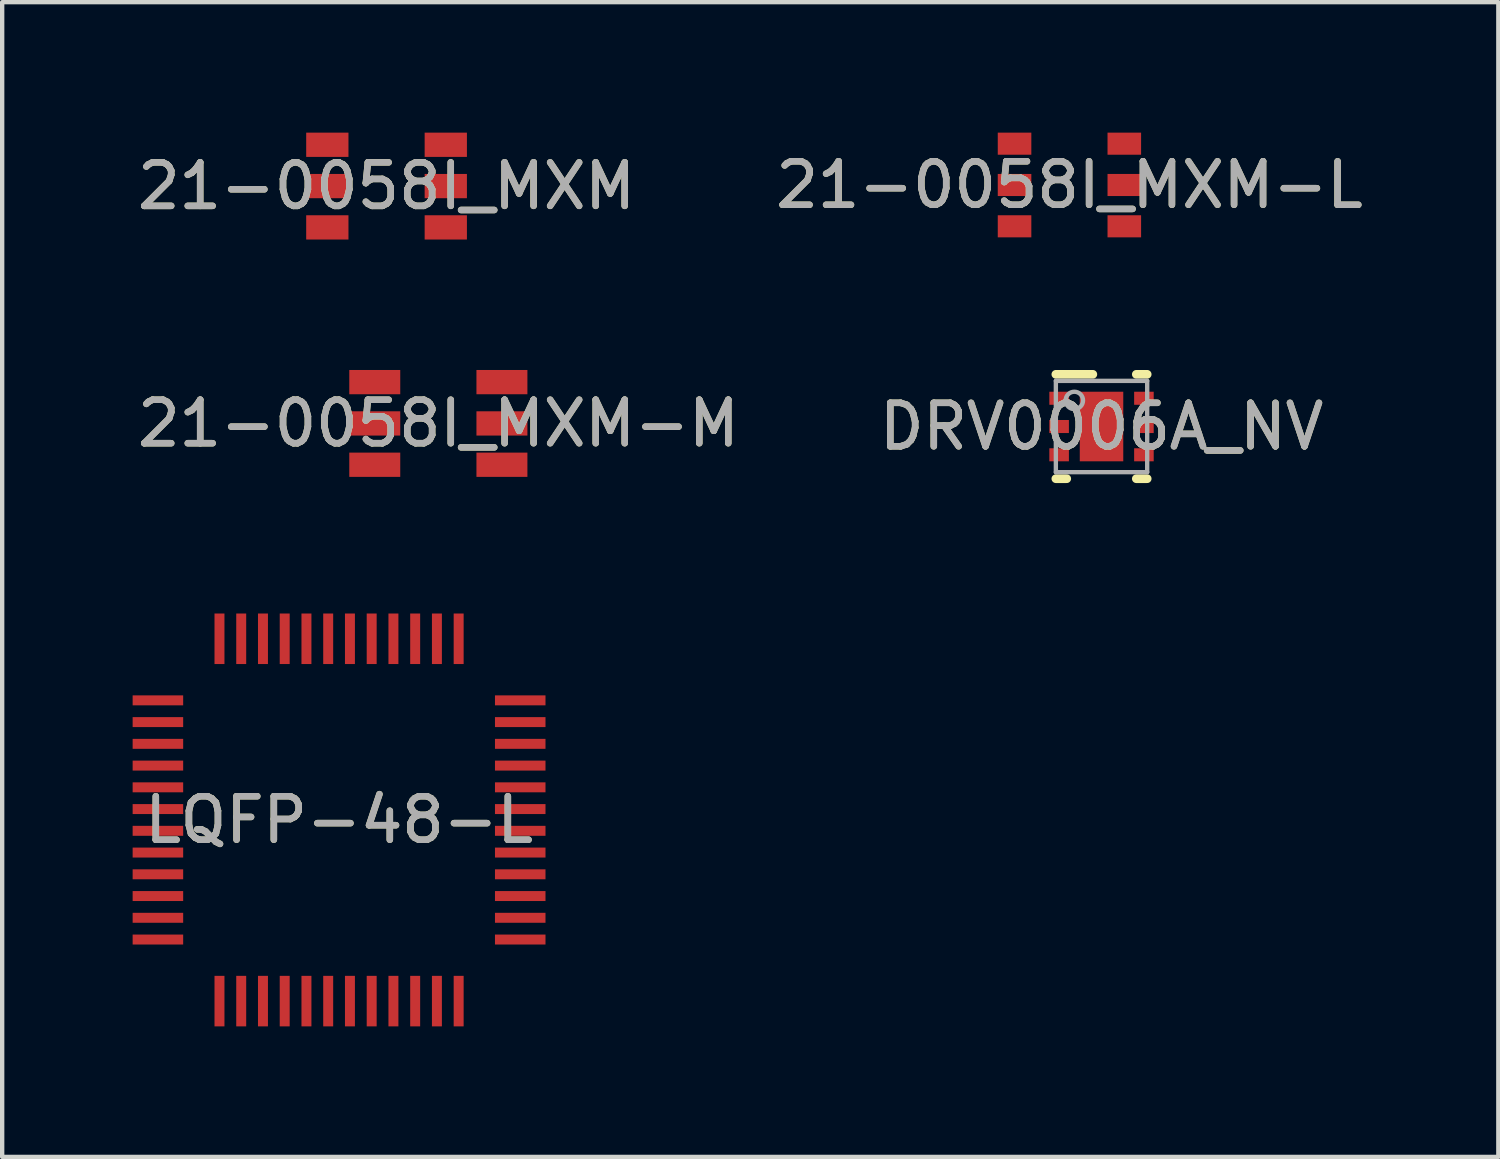
<source format=kicad_pcb>
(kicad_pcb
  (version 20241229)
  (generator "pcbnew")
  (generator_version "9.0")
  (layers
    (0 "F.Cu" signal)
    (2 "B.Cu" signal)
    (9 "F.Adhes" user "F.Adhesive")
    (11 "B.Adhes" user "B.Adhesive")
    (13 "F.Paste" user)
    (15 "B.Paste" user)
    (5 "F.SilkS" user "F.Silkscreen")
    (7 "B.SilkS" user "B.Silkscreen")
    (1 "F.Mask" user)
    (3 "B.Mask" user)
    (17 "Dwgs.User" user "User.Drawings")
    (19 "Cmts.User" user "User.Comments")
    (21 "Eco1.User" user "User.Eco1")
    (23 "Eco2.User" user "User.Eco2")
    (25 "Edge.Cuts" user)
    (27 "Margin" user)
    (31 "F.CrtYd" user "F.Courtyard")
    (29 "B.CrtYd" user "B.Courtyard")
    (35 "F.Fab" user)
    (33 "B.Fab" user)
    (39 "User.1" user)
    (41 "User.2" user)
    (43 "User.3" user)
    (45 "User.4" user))
  (footprint "DRV0006A_NV"
    (layer "F.Cu")
    (at 22.28 6.758)
    (property "Reference" "DRV0006A_NV" (at 0 0 0) (unlocked yes) (layer "F.SilkS") (effects (font (size 1 1) (thickness 0.15))))
    (attr smd)
    (fp_line (start -1.05 -1.2) (end -0.2 -1.2) (stroke (width 0.2) (type solid)) (layer "F.SilkS"))
    (fp_line (start -1.05 1.2) (end -0.8 1.2) (stroke (width 0.2) (type solid)) (layer "F.SilkS"))
    (fp_line (start 0.8 -1.2) (end 1.05 -1.2) (stroke (width 0.2) (type solid)) (layer "F.SilkS"))
    (fp_line (start 0.8 1.2) (end 1.05 1.2) (stroke (width 0.2) (type solid)) (layer "F.SilkS"))
    (fp_poly (pts (xy -0.5 -0.149) (xy -0.5 -0.751) (xy -0.499 -0.761) (xy -0.496 -0.77) (xy -0.492 -0.778) (xy -0.486 -0.786) (xy -0.478 -0.792) (xy -0.47 -0.796) (xy -0.461 -0.799) (xy -0.451 -0.8) (xy 0.451 -0.8) (xy 0.461 -0.799) (xy 0.47 -0.796) (xy 0.478 -0.792) (xy 0.486 -0.786) (xy 0.492 -0.778) (xy 0.496 -0.77) (xy 0.499 -0.761) (xy 0.5 -0.751) (xy 0.5 -0.149) (xy 0.499 -0.139) (xy 0.496 -0.13) (xy 0.492 -0.122) (xy 0.486 -0.114) (xy 0.478 -0.108) (xy 0.47 -0.104) (xy 0.461 -0.101) (xy 0.451 -0.1) (xy -0.451 -0.1) (xy -0.461 -0.101) (xy -0.47 -0.104) (xy -0.478 -0.108) (xy -0.486 -0.114) (xy -0.492 -0.122) (xy -0.496 -0.13) (xy -0.499 -0.139)) (stroke (width 0) (type solid)) (fill yes) (layer "F.Paste"))
    (fp_poly (pts (xy -0.5 0.751) (xy -0.5 0.149) (xy -0.499 0.139) (xy -0.496 0.13) (xy -0.492 0.122) (xy -0.486 0.114) (xy -0.478 0.108) (xy -0.47 0.104) (xy -0.461 0.101) (xy -0.451 0.1) (xy 0.451 0.1) (xy 0.461 0.101) (xy 0.47 0.104) (xy 0.478 0.108) (xy 0.486 0.114) (xy 0.492 0.122) (xy 0.496 0.13) (xy 0.499 0.139) (xy 0.5 0.149) (xy 0.5 0.751) (xy 0.499 0.761) (xy 0.496 0.77) (xy 0.492 0.778) (xy 0.486 0.786) (xy 0.478 0.792) (xy 0.47 0.796) (xy 0.461 0.799) (xy 0.451 0.8) (xy -0.451 0.8) (xy -0.461 0.799) (xy -0.47 0.796) (xy -0.478 0.792) (xy -0.486 0.786) (xy -0.492 0.778) (xy -0.496 0.77) (xy -0.499 0.761)) (stroke (width 0) (type solid)) (fill yes) (layer "F.Paste"))
    (fp_line (start -1.05 -1.05) (end 1.05 -1.05) (stroke (width 0.1) (type solid)) (layer "F.Fab"))
    (fp_line (start -1.05 1.05) (end -1.05 -1.05) (stroke (width 0.1) (type solid)) (layer "F.Fab"))
    (fp_line (start -1.05 1.05) (end 1.05 1.05) (stroke (width 0.1) (type solid)) (layer "F.Fab"))
    (fp_line (start 1.05 1.05) (end 1.05 -1.05) (stroke (width 0.1) (type solid)) (layer "F.Fab"))
    (fp_circle (center -0.625 -0.6) (end -0.425 -0.6) (stroke (width 0.1) (type solid)) (fill no) (layer "F.Fab"))
    (fp_text user "${REFERENCE}" (at 0 0 0) (unlocked yes) (layer "F.Fab") (effects (font (size 1 1) (thickness 0.15))))
    (pad "1" smd rect (at -0.975 -0.65 90) (size 0.3 0.45) (layers "F.Cu" "F.Mask" "F.Paste"))
    (pad "2" smd rect (at -0.975 0 90) (size 0.3 0.45) (layers "F.Cu" "F.Mask" "F.Paste"))
    (pad "3" smd rect (at -0.975 0.65 90) (size 0.3 0.45) (layers "F.Cu" "F.Mask" "F.Paste"))
    (pad "4" smd rect (at 0.975 0.65 90) (size 0.3 0.45) (layers "F.Cu" "F.Mask" "F.Paste"))
    (pad "5" smd rect (at 0.975 0 90) (size 0.3 0.45) (layers "F.Cu" "F.Mask" "F.Paste"))
    (pad "6" smd rect (at 0.975 -0.65 90) (size 0.3 0.45) (layers "F.Cu" "F.Mask" "F.Paste"))
    (pad "7" smd rect (at 0 0) (size 1 1.6) (layers "F.Cu" "F.Mask" "F.Paste")))
  (footprint "21-0058I_MXM-M"
    (layer "F.Cu")
    (at 7.03 6.687)
    (property "Reference" "21-0058I_MXM-M" (at 0 0 0) (unlocked yes) (layer "F.SilkS") (effects (font (size 1 1) (thickness 0.15))))
    (attr smd)
    (fp_text user "${REFERENCE}" (at 0 0 0) (unlocked yes) (layer "F.Fab") (effects (font (size 1 1) (thickness 0.15))))
    (pad "1" smd rect (at -1.462 -0.95) (size 1.172 0.558) (layers "F.Cu" "F.Mask" "F.Paste"))
    (pad "2" smd rect (at -1.462 0) (size 1.172 0.558) (layers "F.Cu" "F.Mask" "F.Paste"))
    (pad "3" smd rect (at -1.462 0.95) (size 1.172 0.558) (layers "F.Cu" "F.Mask" "F.Paste"))
    (pad "4" smd rect (at 1.462 0.95) (size 1.172 0.558) (layers "F.Cu" "F.Mask" "F.Paste"))
    (pad "5" smd rect (at 1.462 0) (size 1.172 0.558) (layers "F.Cu" "F.Mask" "F.Paste"))
    (pad "6" smd rect (at 1.462 -0.95) (size 1.172 0.558) (layers "F.Cu" "F.Mask" "F.Paste")))
  (footprint "LQFP-48-L"
    (layer "F.Cu")
    (at 4.747 15.805)
    (property "Reference" "LQFP-48-L" (at 0 0 0) (unlocked yes) (layer "F.SilkS") (effects (font (size 1 1) (thickness 0.15))))
    (attr smd)
    (fp_text user "${REFERENCE}" (at 0 0 0) (unlocked yes) (layer "F.Fab") (effects (font (size 1 1) (thickness 0.15))))
    (pad "1" smd rect (at -4.166 -2.75 90) (size 0.229 1.162) (layers "F.Cu" "F.Mask" "F.Paste"))
    (pad "2" smd rect (at -4.166 -2.25 90) (size 0.229 1.162) (layers "F.Cu" "F.Mask" "F.Paste"))
    (pad "3" smd rect (at -4.166 -1.75 90) (size 0.229 1.162) (layers "F.Cu" "F.Mask" "F.Paste"))
    (pad "4" smd rect (at -4.166 -1.25 90) (size 0.229 1.162) (layers "F.Cu" "F.Mask" "F.Paste"))
    (pad "5" smd rect (at -4.166 -0.75 90) (size 0.229 1.162) (layers "F.Cu" "F.Mask" "F.Paste"))
    (pad "6" smd rect (at -4.166 -0.25 90) (size 0.229 1.162) (layers "F.Cu" "F.Mask" "F.Paste"))
    (pad "7" smd rect (at -4.166 0.25 90) (size 0.229 1.162) (layers "F.Cu" "F.Mask" "F.Paste"))
    (pad "8" smd rect (at -4.166 0.75 90) (size 0.229 1.162) (layers "F.Cu" "F.Mask" "F.Paste"))
    (pad "9" smd rect (at -4.166 1.25 90) (size 0.229 1.162) (layers "F.Cu" "F.Mask" "F.Paste"))
    (pad "10" smd rect (at -4.166 1.75 90) (size 0.229 1.162) (layers "F.Cu" "F.Mask" "F.Paste"))
    (pad "11" smd rect (at -4.166 2.25 90) (size 0.229 1.162) (layers "F.Cu" "F.Mask" "F.Paste"))
    (pad "12" smd rect (at -4.166 2.75 90) (size 0.229 1.162) (layers "F.Cu" "F.Mask" "F.Paste"))
    (pad "13" smd rect (at -2.75 4.166) (size 0.229 1.162) (layers "F.Cu" "F.Mask" "F.Paste"))
    (pad "14" smd rect (at -2.25 4.166) (size 0.229 1.162) (layers "F.Cu" "F.Mask" "F.Paste"))
    (pad "15" smd rect (at -1.75 4.166) (size 0.229 1.162) (layers "F.Cu" "F.Mask" "F.Paste"))
    (pad "16" smd rect (at -1.25 4.166) (size 0.229 1.162) (layers "F.Cu" "F.Mask" "F.Paste"))
    (pad "17" smd rect (at -0.75 4.166) (size 0.229 1.162) (layers "F.Cu" "F.Mask" "F.Paste"))
    (pad "18" smd rect (at -0.25 4.166) (size 0.229 1.162) (layers "F.Cu" "F.Mask" "F.Paste"))
    (pad "19" smd rect (at 0.25 4.166) (size 0.229 1.162) (layers "F.Cu" "F.Mask" "F.Paste"))
    (pad "20" smd rect (at 0.75 4.166) (size 0.229 1.162) (layers "F.Cu" "F.Mask" "F.Paste"))
    (pad "21" smd rect (at 1.25 4.166) (size 0.229 1.162) (layers "F.Cu" "F.Mask" "F.Paste"))
    (pad "22" smd rect (at 1.75 4.166) (size 0.229 1.162) (layers "F.Cu" "F.Mask" "F.Paste"))
    (pad "23" smd rect (at 2.25 4.166) (size 0.229 1.162) (layers "F.Cu" "F.Mask" "F.Paste"))
    (pad "24" smd rect (at 2.75 4.166) (size 0.229 1.162) (layers "F.Cu" "F.Mask" "F.Paste"))
    (pad "25" smd rect (at 4.166 2.75 90) (size 0.229 1.162) (layers "F.Cu" "F.Mask" "F.Paste"))
    (pad "26" smd rect (at 4.166 2.25 90) (size 0.229 1.162) (layers "F.Cu" "F.Mask" "F.Paste"))
    (pad "27" smd rect (at 4.166 1.75 90) (size 0.229 1.162) (layers "F.Cu" "F.Mask" "F.Paste"))
    (pad "28" smd rect (at 4.166 1.25 90) (size 0.229 1.162) (layers "F.Cu" "F.Mask" "F.Paste"))
    (pad "29" smd rect (at 4.166 0.75 90) (size 0.229 1.162) (layers "F.Cu" "F.Mask" "F.Paste"))
    (pad "30" smd rect (at 4.166 0.25 90) (size 0.229 1.162) (layers "F.Cu" "F.Mask" "F.Paste"))
    (pad "31" smd rect (at 4.166 -0.25 90) (size 0.229 1.162) (layers "F.Cu" "F.Mask" "F.Paste"))
    (pad "32" smd rect (at 4.166 -0.75 90) (size 0.229 1.162) (layers "F.Cu" "F.Mask" "F.Paste"))
    (pad "33" smd rect (at 4.166 -1.25 90) (size 0.229 1.162) (layers "F.Cu" "F.Mask" "F.Paste"))
    (pad "34" smd rect (at 4.166 -1.75 90) (size 0.229 1.162) (layers "F.Cu" "F.Mask" "F.Paste"))
    (pad "35" smd rect (at 4.166 -2.25 90) (size 0.229 1.162) (layers "F.Cu" "F.Mask" "F.Paste"))
    (pad "36" smd rect (at 4.166 -2.75 90) (size 0.229 1.162) (layers "F.Cu" "F.Mask" "F.Paste"))
    (pad "37" smd rect (at 2.75 -4.166) (size 0.229 1.162) (layers "F.Cu" "F.Mask" "F.Paste"))
    (pad "38" smd rect (at 2.25 -4.166) (size 0.229 1.162) (layers "F.Cu" "F.Mask" "F.Paste"))
    (pad "39" smd rect (at 1.75 -4.166) (size 0.229 1.162) (layers "F.Cu" "F.Mask" "F.Paste"))
    (pad "40" smd rect (at 1.25 -4.166) (size 0.229 1.162) (layers "F.Cu" "F.Mask" "F.Paste"))
    (pad "41" smd rect (at 0.75 -4.166) (size 0.229 1.162) (layers "F.Cu" "F.Mask" "F.Paste"))
    (pad "42" smd rect (at 0.25 -4.166) (size 0.229 1.162) (layers "F.Cu" "F.Mask" "F.Paste"))
    (pad "43" smd rect (at -0.25 -4.166) (size 0.229 1.162) (layers "F.Cu" "F.Mask" "F.Paste"))
    (pad "44" smd rect (at -0.75 -4.166) (size 0.229 1.162) (layers "F.Cu" "F.Mask" "F.Paste"))
    (pad "45" smd rect (at -1.25 -4.166) (size 0.229 1.162) (layers "F.Cu" "F.Mask" "F.Paste"))
    (pad "46" smd rect (at -1.75 -4.166) (size 0.229 1.162) (layers "F.Cu" "F.Mask" "F.Paste"))
    (pad "47" smd rect (at -2.25 -4.166) (size 0.229 1.162) (layers "F.Cu" "F.Mask" "F.Paste"))
    (pad "48" smd rect (at -2.75 -4.166) (size 0.229 1.162) (layers "F.Cu" "F.Mask" "F.Paste")))
  (footprint "21-0058I_MXM-L"
    (layer "F.Cu")
    (at 21.542 1.204)
    (property "Reference" "21-0058I_MXM-L" (at 0 0 0) (unlocked yes) (layer "F.SilkS") (effects (font (size 1 1) (thickness 0.15))))
    (attr smd)
    (fp_text user "${REFERENCE}" (at 0 0 0) (unlocked yes) (layer "F.Fab") (effects (font (size 1 1) (thickness 0.15))))
    (pad "1" smd rect (at -1.262 -0.95) (size 0.772 0.508) (layers "F.Cu" "F.Mask" "F.Paste"))
    (pad "2" smd rect (at -1.262 0) (size 0.772 0.508) (layers "F.Cu" "F.Mask" "F.Paste"))
    (pad "3" smd rect (at -1.262 0.95) (size 0.772 0.508) (layers "F.Cu" "F.Mask" "F.Paste"))
    (pad "4" smd rect (at 1.262 0.95) (size 0.772 0.508) (layers "F.Cu" "F.Mask" "F.Paste"))
    (pad "5" smd rect (at 1.262 0) (size 0.772 0.508) (layers "F.Cu" "F.Mask" "F.Paste"))
    (pad "6" smd rect (at 1.262 -0.95) (size 0.772 0.508) (layers "F.Cu" "F.Mask" "F.Paste")))
  (footprint "21-0058I_MXM"
    (layer "F.Cu")
    (at 5.839 1.229)
    (property "Reference" "21-0058I_MXM" (at 0 0 0) (unlocked yes) (layer "F.SilkS") (effects (font (size 1 1) (thickness 0.15))))
    (attr smd)
    (fp_text user "${REFERENCE}" (at 0 0 0) (unlocked yes) (layer "F.Fab") (effects (font (size 1 1) (thickness 0.15))))
    (pad "1" smd rect (at -1.362 -0.95) (size 0.972 0.558) (layers "F.Cu" "F.Mask" "F.Paste"))
    (pad "2" smd rect (at -1.362 0) (size 0.972 0.558) (layers "F.Cu" "F.Mask" "F.Paste"))
    (pad "3" smd rect (at -1.362 0.95) (size 0.972 0.558) (layers "F.Cu" "F.Mask" "F.Paste"))
    (pad "4" smd rect (at 1.362 0.95) (size 0.972 0.558) (layers "F.Cu" "F.Mask" "F.Paste"))
    (pad "5" smd rect (at 1.362 0) (size 0.972 0.558) (layers "F.Cu" "F.Mask" "F.Paste"))
    (pad "6" smd rect (at 1.362 -0.95) (size 0.972 0.558) (layers "F.Cu" "F.Mask" "F.Paste")))
  (gr_rect
    (start -3 -3)
    (end 31.405 23.553)
    (stroke (width 0.1) (type default))
    (fill no)
    (layer "Edge.Cuts")))
</source>
